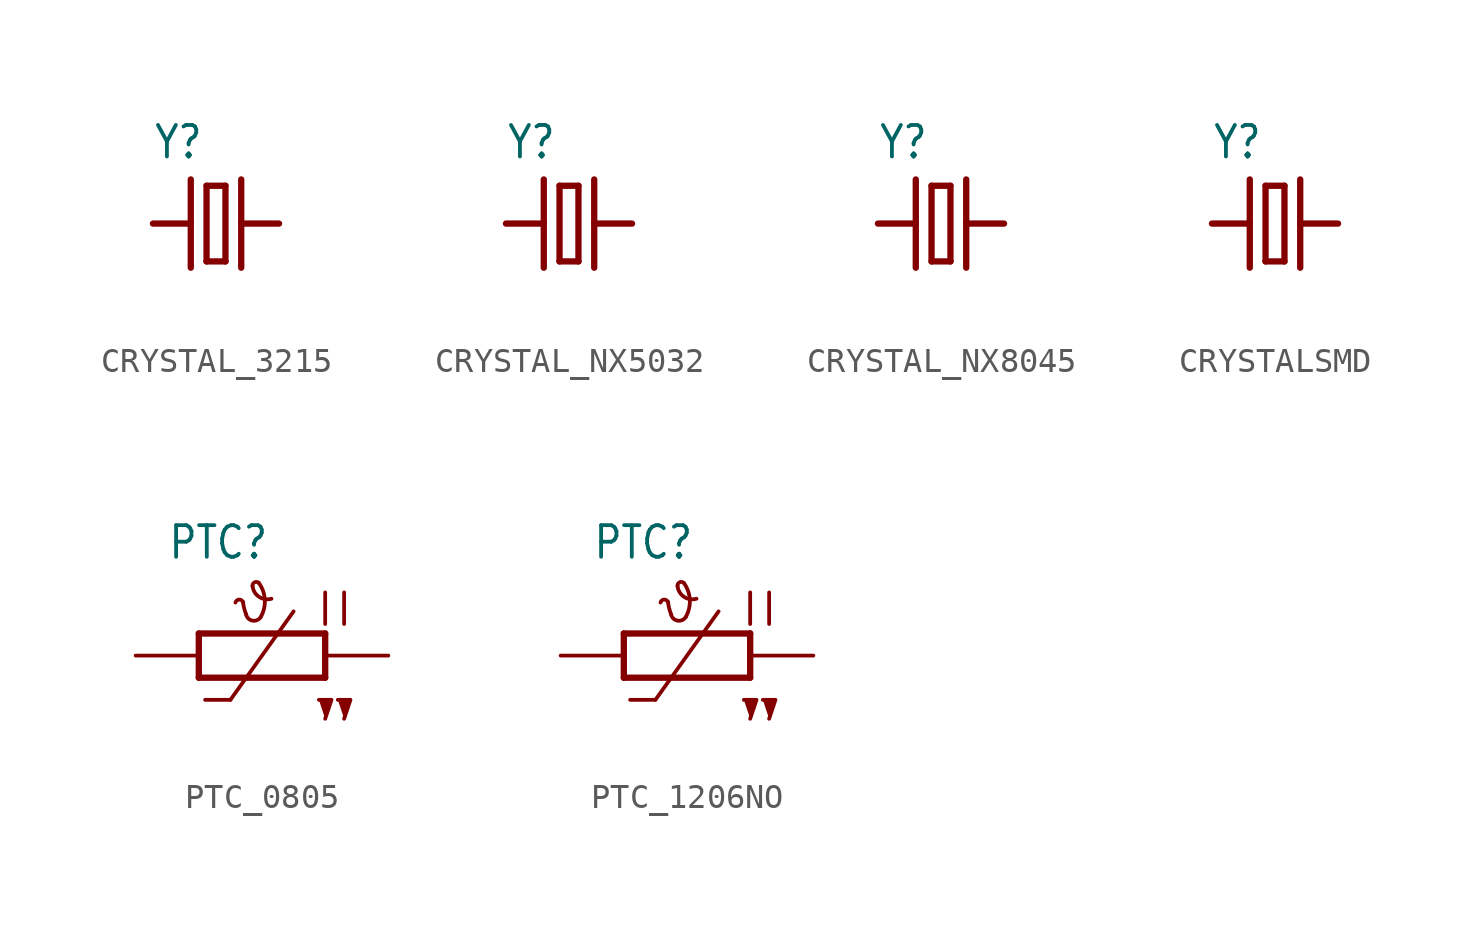
<source format=kicad_sym>
(kicad_symbol_lib
  (version 20241209)
  (generator "kicad_symbol_editor")
  (generator_version "9.0")
  (symbol "CRYSTAL_3215"
    (property "Reference" "Y"
      (at -2.54 2.54 0)
      (effects (font (size 1.27 1.079)) (justify left bottom)))
    (property "Value" ""
      (at -2.54 -3.81 0)
      (effects (font (size 1.27 1.079)) (justify left bottom)))
    (property "ki_locked" ""
      (at 0 0 0)
      (effects (font (size 1.27 1.27))))
    (symbol "CRYSTAL_3215_1_0"
      (polyline (pts (xy -2.54 0) (xy -1.016 0)) (stroke (width 0.254) (type solid)) (fill (type none)))
      (polyline (pts (xy -1.016 1.778) (xy -1.016 0)) (stroke (width 0.254) (type solid)) (fill (type none)))
      (polyline (pts (xy -1.016 0) (xy -1.016 -1.778)) (stroke (width 0.254) (type solid)) (fill (type none)))
      (polyline (pts (xy -0.381 1.524) (xy -0.381 -1.524)) (stroke (width 0.254) (type solid)) (fill (type none)))
      (polyline (pts (xy -0.381 -1.524) (xy 0.381 -1.524)) (stroke (width 0.254) (type solid)) (fill (type none)))
      (polyline (pts (xy 0.381 1.524) (xy -0.381 1.524)) (stroke (width 0.254) (type solid)) (fill (type none)))
      (polyline (pts (xy 0.381 -1.524) (xy 0.381 1.524)) (stroke (width 0.254) (type solid)) (fill (type none)))
      (polyline (pts (xy 1.016 1.778) (xy 1.016 0)) (stroke (width 0.254) (type solid)) (fill (type none)))
      (polyline (pts (xy 1.016 0) (xy 1.016 -1.778)) (stroke (width 0.254) (type solid)) (fill (type none)))
      (polyline (pts (xy 2.54 0) (xy 1.016 0)) (stroke (width 0.254) (type solid)) (fill (type none)))
      (pin passive line (at -2.54 0 0) (length 0) (name "1" (effects (font (size 0 0)))) (number "P$1" (effects (font (size 0 0)))))
      (pin passive line (at 2.54 0 180) (length 0) (name "2" (effects (font (size 0 0)))) (number "P$2" (effects (font (size 0 0)))))))
  (symbol "CRYSTAL_NX5032"
    (property "Reference" "Y"
      (at -2.54 2.54 0)
      (effects (font (size 1.27 1.079)) (justify left bottom)))
    (property "Value" ""
      (at -2.54 -3.81 0)
      (effects (font (size 1.27 1.079)) (justify left bottom)))
    (property "ki_locked" ""
      (at 0 0 0)
      (effects (font (size 1.27 1.27))))
    (symbol "CRYSTAL_NX5032_1_0"
      (polyline (pts (xy -2.54 0) (xy -1.016 0)) (stroke (width 0.254) (type solid)) (fill (type none)))
      (polyline (pts (xy -1.016 1.778) (xy -1.016 0)) (stroke (width 0.254) (type solid)) (fill (type none)))
      (polyline (pts (xy -1.016 0) (xy -1.016 -1.778)) (stroke (width 0.254) (type solid)) (fill (type none)))
      (polyline (pts (xy -0.381 1.524) (xy -0.381 -1.524)) (stroke (width 0.254) (type solid)) (fill (type none)))
      (polyline (pts (xy -0.381 -1.524) (xy 0.381 -1.524)) (stroke (width 0.254) (type solid)) (fill (type none)))
      (polyline (pts (xy 0.381 1.524) (xy -0.381 1.524)) (stroke (width 0.254) (type solid)) (fill (type none)))
      (polyline (pts (xy 0.381 -1.524) (xy 0.381 1.524)) (stroke (width 0.254) (type solid)) (fill (type none)))
      (polyline (pts (xy 1.016 1.778) (xy 1.016 0)) (stroke (width 0.254) (type solid)) (fill (type none)))
      (polyline (pts (xy 1.016 0) (xy 1.016 -1.778)) (stroke (width 0.254) (type solid)) (fill (type none)))
      (polyline (pts (xy 2.54 0) (xy 1.016 0)) (stroke (width 0.254) (type solid)) (fill (type none)))
      (pin passive line (at -2.54 0 0) (length 0) (name "1" (effects (font (size 0 0)))) (number "P$1" (effects (font (size 0 0)))))
      (pin passive line (at 2.54 0 180) (length 0) (name "2" (effects (font (size 0 0)))) (number "P$2" (effects (font (size 0 0)))))))
  (symbol "CRYSTAL_NX8045"
    (property "Reference" "Y"
      (at -2.54 2.54 0)
      (effects (font (size 1.27 1.079)) (justify left bottom)))
    (property "Value" ""
      (at -2.54 -3.81 0)
      (effects (font (size 1.27 1.079)) (justify left bottom)))
    (property "ki_locked" ""
      (at 0 0 0)
      (effects (font (size 1.27 1.27))))
    (symbol "CRYSTAL_NX8045_1_0"
      (polyline (pts (xy -2.54 0) (xy -1.016 0)) (stroke (width 0.254) (type solid)) (fill (type none)))
      (polyline (pts (xy -1.016 1.778) (xy -1.016 0)) (stroke (width 0.254) (type solid)) (fill (type none)))
      (polyline (pts (xy -1.016 0) (xy -1.016 -1.778)) (stroke (width 0.254) (type solid)) (fill (type none)))
      (polyline (pts (xy -0.381 1.524) (xy -0.381 -1.524)) (stroke (width 0.254) (type solid)) (fill (type none)))
      (polyline (pts (xy -0.381 -1.524) (xy 0.381 -1.524)) (stroke (width 0.254) (type solid)) (fill (type none)))
      (polyline (pts (xy 0.381 1.524) (xy -0.381 1.524)) (stroke (width 0.254) (type solid)) (fill (type none)))
      (polyline (pts (xy 0.381 -1.524) (xy 0.381 1.524)) (stroke (width 0.254) (type solid)) (fill (type none)))
      (polyline (pts (xy 1.016 1.778) (xy 1.016 0)) (stroke (width 0.254) (type solid)) (fill (type none)))
      (polyline (pts (xy 1.016 0) (xy 1.016 -1.778)) (stroke (width 0.254) (type solid)) (fill (type none)))
      (polyline (pts (xy 2.54 0) (xy 1.016 0)) (stroke (width 0.254) (type solid)) (fill (type none)))
      (pin passive line (at -2.54 0 0) (length 0) (name "1" (effects (font (size 0 0)))) (number "P$1" (effects (font (size 0 0)))))
      (pin passive line (at 2.54 0 180) (length 0) (name "2" (effects (font (size 0 0)))) (number "P$2" (effects (font (size 0 0)))))))
  (symbol "CRYSTALSMD"
    (property "Reference" "Y"
      (at -2.54 2.54 0)
      (effects (font (size 1.27 1.079)) (justify left bottom)))
    (property "Value" ""
      (at -2.54 -3.81 0)
      (effects (font (size 1.27 1.079)) (justify left bottom)))
    (property "ki_locked" ""
      (at 0 0 0)
      (effects (font (size 1.27 1.27))))
    (symbol "CRYSTALSMD_1_0"
      (polyline (pts (xy -2.54 0) (xy -1.016 0)) (stroke (width 0.254) (type solid)) (fill (type none)))
      (polyline (pts (xy -1.016 1.778) (xy -1.016 0)) (stroke (width 0.254) (type solid)) (fill (type none)))
      (polyline (pts (xy -1.016 0) (xy -1.016 -1.778)) (stroke (width 0.254) (type solid)) (fill (type none)))
      (polyline (pts (xy -0.381 1.524) (xy -0.381 -1.524)) (stroke (width 0.254) (type solid)) (fill (type none)))
      (polyline (pts (xy -0.381 -1.524) (xy 0.381 -1.524)) (stroke (width 0.254) (type solid)) (fill (type none)))
      (polyline (pts (xy 0.381 1.524) (xy -0.381 1.524)) (stroke (width 0.254) (type solid)) (fill (type none)))
      (polyline (pts (xy 0.381 -1.524) (xy 0.381 1.524)) (stroke (width 0.254) (type solid)) (fill (type none)))
      (polyline (pts (xy 1.016 1.778) (xy 1.016 0)) (stroke (width 0.254) (type solid)) (fill (type none)))
      (polyline (pts (xy 1.016 0) (xy 1.016 -1.778)) (stroke (width 0.254) (type solid)) (fill (type none)))
      (polyline (pts (xy 2.54 0) (xy 1.016 0)) (stroke (width 0.254) (type solid)) (fill (type none)))
      (pin passive line (at -2.54 0 0) (length 0) (name "1" (effects (font (size 0 0)))) (number "1" (effects (font (size 0 0)))))
      (pin passive line (at 2.54 0 180) (length 0) (name "2" (effects (font (size 0 0)))) (number "2" (effects (font (size 0 0)))))))
  (symbol "PTC_0805"
    (property "Reference" "PTC"
      (at -3.81 3.81 0)
      (effects (font (size 1.27 1.079)) (justify left bottom)))
    (property "Value" ""
      (at -3.81 -3.81 0)
      (effects (font (size 1.27 1.079)) (justify left bottom)))
    (property "ki_locked" ""
      (at 0 0 0)
      (effects (font (size 1.27 1.27))))
    (symbol "PTC_0805_1_0"
      (polyline (pts (xy -2.54 0.889) (xy -2.54 -0.889)) (stroke (width 0.254) (type solid)) (fill (type none)))
      (polyline (pts (xy -2.54 -0.889) (xy 2.54 -0.889)) (stroke (width 0.254) (type solid)) (fill (type none)))
      (polyline (pts (xy -1.27 -1.778) (xy -2.286 -1.778)) (stroke (width 0.152) (type solid)) (fill (type none)))
      (arc (start -0.1271 2.9209) (mid 0.1132 2.2464) (end -0.0508 1.5494) (stroke (width 0.1524) (type solid)) (fill (type none)))
      (arc (start -1.0668 2.1336) (mid -0.9236 2.2564) (end -0.762 2.159) (stroke (width 0.1524) (type solid)) (fill (type none)))
      (arc (start -0.0508 1.5494) (mid -0.3771 1.4038) (end -0.635 1.651) (stroke (width 0.1524) (type solid)) (fill (type none)))
      (arc (start -0.3809 2.7938) (mid -0.2982 2.9458) (end -0.127 2.921) (stroke (width 0.1524) (type solid)) (fill (type none)))
      (arc (start 0.3808 2.2859) (mid -0.1188 2.362) (end -0.381 2.794) (stroke (width 0.1524) (type solid)) (fill (type none)))
      (arc (start -0.635 1.651) (mid -0.7166 1.9005) (end -0.762 2.159) (stroke (width 0.1524) (type solid)) (fill (type none)))
      (polyline (pts (xy 1.27 1.778) (xy -1.27 -1.778)) (stroke (width 0.152) (type solid)) (fill (type none)))
      (polyline (pts (xy 2.54 2.54) (xy 2.54 1.27)) (stroke (width 0.152) (type solid)) (fill (type none)))
      (polyline (pts (xy 2.54 0.889) (xy -2.54 0.889)) (stroke (width 0.254) (type solid)) (fill (type none)))
      (polyline (pts (xy 2.54 0.889) (xy 2.54 -0.889)) (stroke (width 0.254) (type solid)) (fill (type none)))
      (polyline (pts (xy 2.54 -2.54) (xy 2.794 -1.778) (xy 2.286 -1.778)) (stroke (width 0.152) (type solid)) (fill (type outline)))
      (polyline (pts (xy 3.302 2.54) (xy 3.302 1.27)) (stroke (width 0.152) (type solid)) (fill (type none)))
      (polyline (pts (xy 3.302 -2.54) (xy 3.556 -1.778) (xy 3.048 -1.778)) (stroke (width 0.152) (type solid)) (fill (type outline)))
      (pin passive line (at -5.08 0 0) (length 2.54) (name "2" (effects (font (size 0 0)))) (number "2" (effects (font (size 0 0)))))
      (pin passive line (at 5.08 0 180) (length 2.54) (name "1" (effects (font (size 0 0)))) (number "1" (effects (font (size 0 0)))))))
  (symbol "PTC_1206NO"
    (property "Reference" "PTC"
      (at -3.81 3.81 0)
      (effects (font (size 1.27 1.079)) (justify left bottom)))
    (property "Value" ""
      (at -3.81 -3.81 0)
      (effects (font (size 1.27 1.079)) (justify left bottom)))
    (property "ki_locked" ""
      (at 0 0 0)
      (effects (font (size 1.27 1.27))))
    (symbol "PTC_1206NO_1_0"
      (polyline (pts (xy -2.54 0.889) (xy -2.54 -0.889)) (stroke (width 0.254) (type solid)) (fill (type none)))
      (polyline (pts (xy -2.54 -0.889) (xy 2.54 -0.889)) (stroke (width 0.254) (type solid)) (fill (type none)))
      (polyline (pts (xy -1.27 -1.778) (xy -2.286 -1.778)) (stroke (width 0.152) (type solid)) (fill (type none)))
      (arc (start -0.1271 2.9209) (mid 0.1132 2.2464) (end -0.0508 1.5494) (stroke (width 0.1524) (type solid)) (fill (type none)))
      (arc (start -1.0668 2.1336) (mid -0.9236 2.2564) (end -0.762 2.159) (stroke (width 0.1524) (type solid)) (fill (type none)))
      (arc (start -0.0508 1.5494) (mid -0.3771 1.4038) (end -0.635 1.651) (stroke (width 0.1524) (type solid)) (fill (type none)))
      (arc (start -0.3809 2.7938) (mid -0.2982 2.9458) (end -0.127 2.921) (stroke (width 0.1524) (type solid)) (fill (type none)))
      (arc (start 0.3808 2.2859) (mid -0.1188 2.362) (end -0.381 2.794) (stroke (width 0.1524) (type solid)) (fill (type none)))
      (arc (start -0.635 1.651) (mid -0.7166 1.9005) (end -0.762 2.159) (stroke (width 0.1524) (type solid)) (fill (type none)))
      (polyline (pts (xy 1.27 1.778) (xy -1.27 -1.778)) (stroke (width 0.152) (type solid)) (fill (type none)))
      (polyline (pts (xy 2.54 2.54) (xy 2.54 1.27)) (stroke (width 0.152) (type solid)) (fill (type none)))
      (polyline (pts (xy 2.54 0.889) (xy -2.54 0.889)) (stroke (width 0.254) (type solid)) (fill (type none)))
      (polyline (pts (xy 2.54 0.889) (xy 2.54 -0.889)) (stroke (width 0.254) (type solid)) (fill (type none)))
      (polyline (pts (xy 2.54 -2.54) (xy 2.794 -1.778) (xy 2.286 -1.778)) (stroke (width 0.152) (type solid)) (fill (type outline)))
      (polyline (pts (xy 3.302 2.54) (xy 3.302 1.27)) (stroke (width 0.152) (type solid)) (fill (type none)))
      (polyline (pts (xy 3.302 -2.54) (xy 3.556 -1.778) (xy 3.048 -1.778)) (stroke (width 0.152) (type solid)) (fill (type outline)))
      (pin passive line (at -5.08 0 0) (length 2.54) (name "2" (effects (font (size 0 0)))) (number "2" (effects (font (size 0 0)))))
      (pin passive line (at 5.08 0 180) (length 2.54) (name "1" (effects (font (size 0 0)))) (number "1" (effects (font (size 0 0))))))))
</source>
